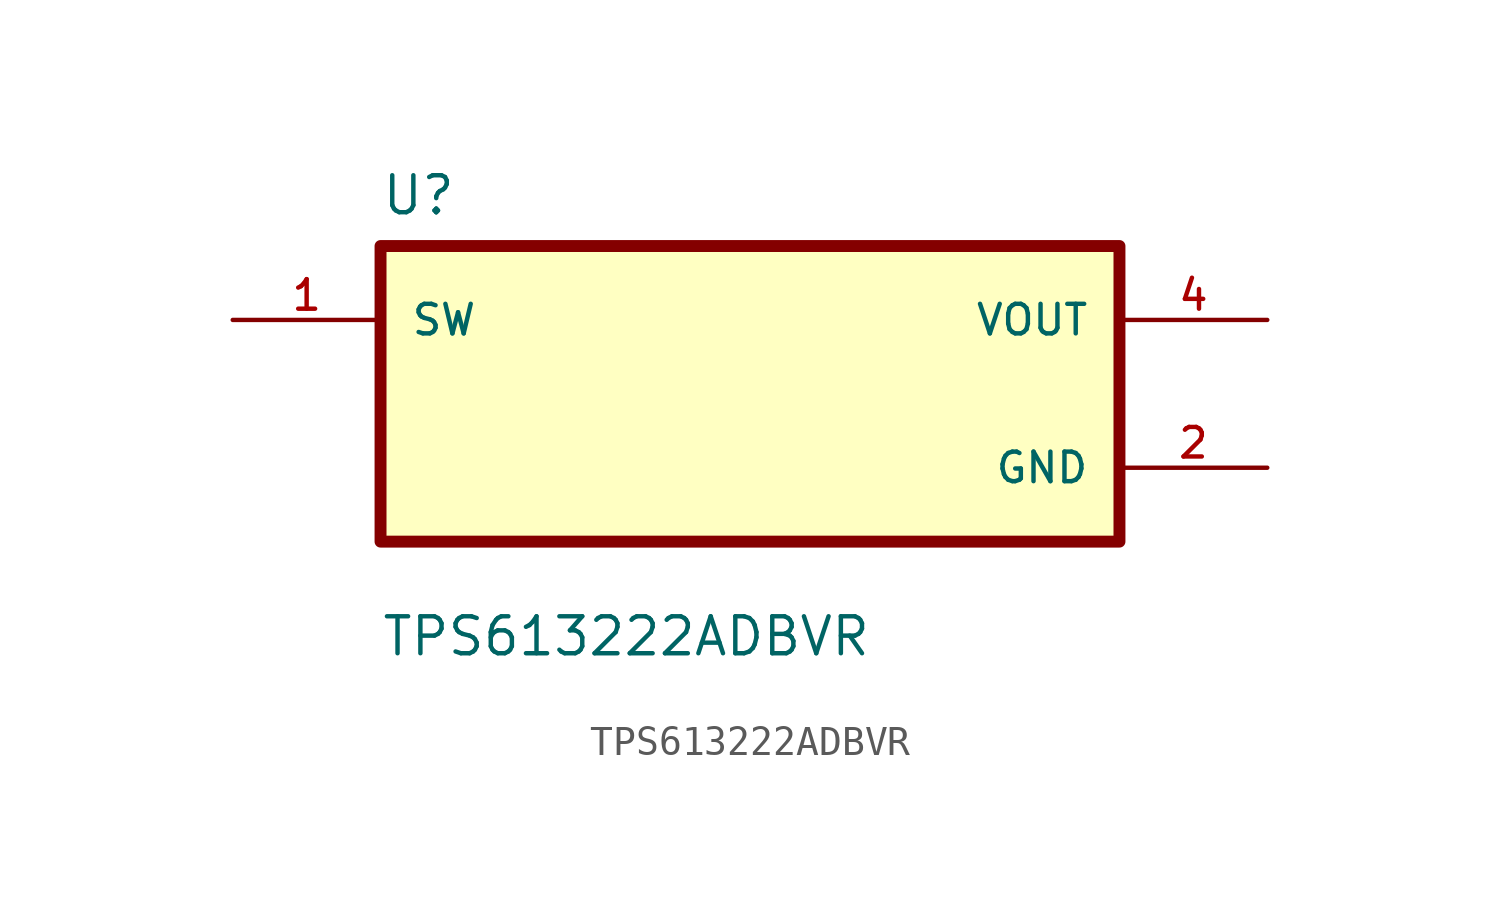
<source format=kicad_sym>
(kicad_symbol_lib
  (version 20211014)
  (generator kicad_symbol_editor)
  (symbol "TPS613222ADBVR"
    (pin_names
      (offset 1.016))
    (property "Reference" "U"
      (at -12.7 6.08 0.0)
      (effects (font (size 1.27 1.27)) (justify bottom left)))
    (property "Value" "TPS613222ADBVR"
      (at -12.7 -9.08 0.0)
      (effects (font (size 1.27 1.27)) (justify bottom left)))
    (symbol "TPS613222ADBVR_0_0"
      (rectangle (start -12.7 -5.08) (end 12.7 5.08) (stroke (width 0.41)) (fill (type background)))
      (pin input line (at -17.78 2.54 0) (length 5.08) (name "SW" (effects (font (size 1.016 1.016)))) (number "1" (effects (font (size 1.016 1.016)))))
      (pin output line (at 17.78 2.54 180.0) (length 5.08) (name "VOUT" (effects (font (size 1.016 1.016)))) (number "4" (effects (font (size 1.016 1.016)))))
      (pin power_in line (at 17.78 -2.54 180.0) (length 5.08) (name "GND" (effects (font (size 1.016 1.016)))) (number "2" (effects (font (size 1.016 1.016))))))))
</source>
